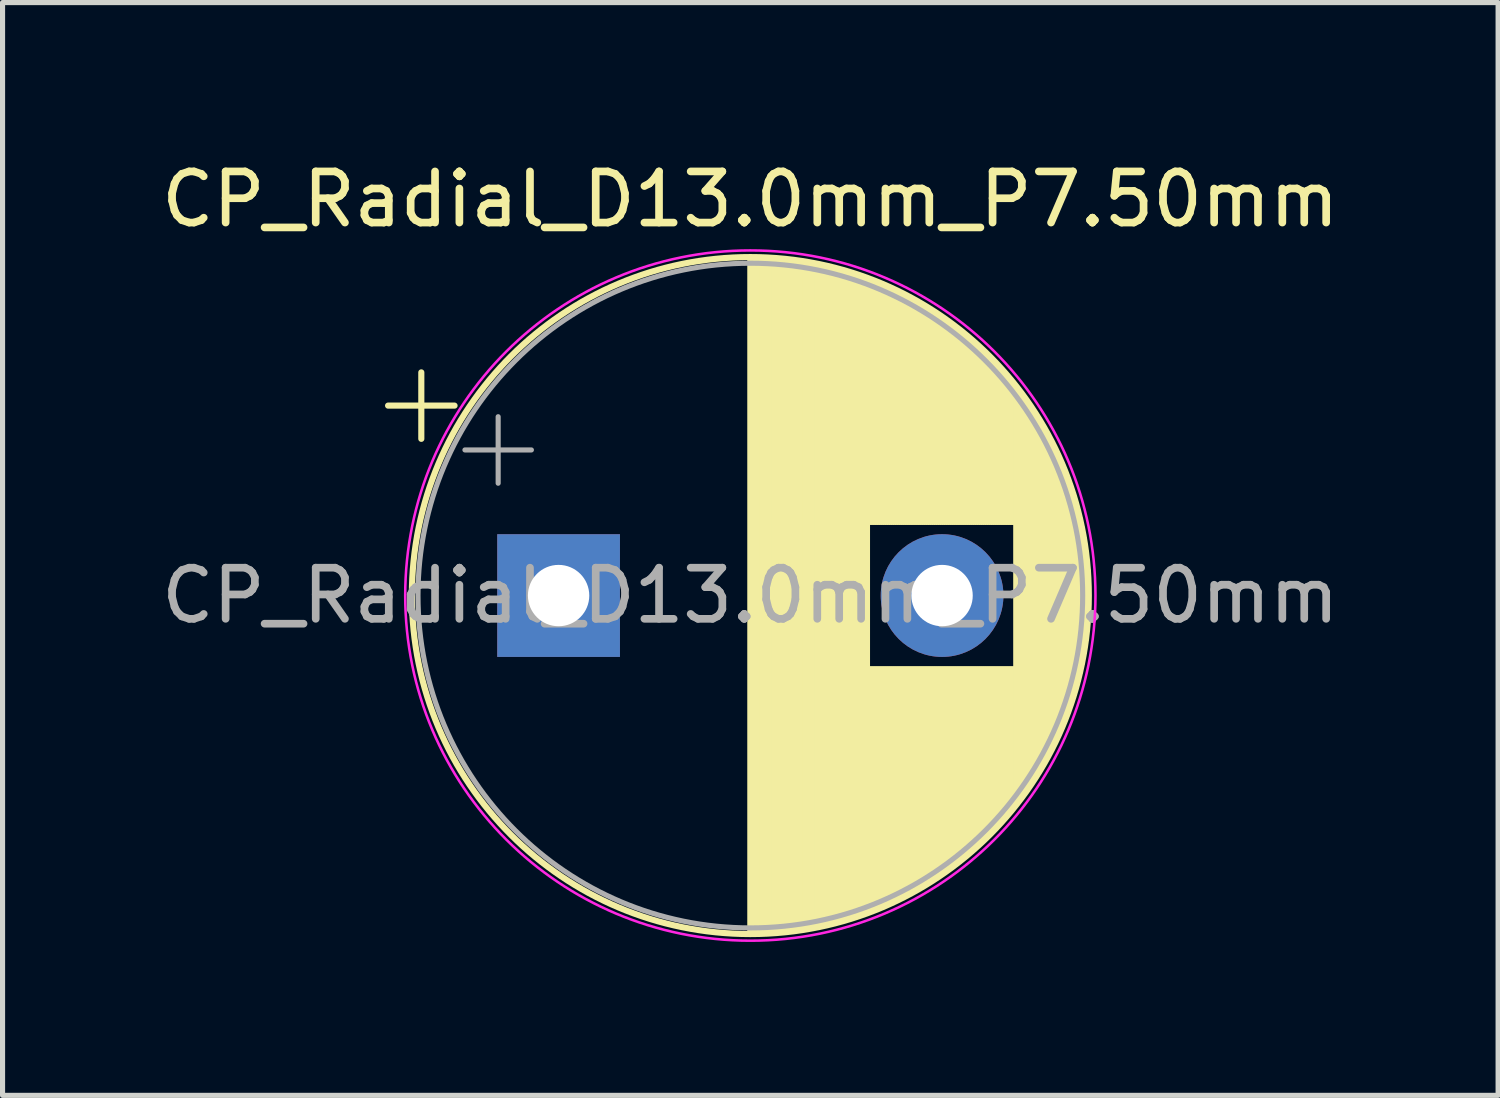
<source format=kicad_pcb>
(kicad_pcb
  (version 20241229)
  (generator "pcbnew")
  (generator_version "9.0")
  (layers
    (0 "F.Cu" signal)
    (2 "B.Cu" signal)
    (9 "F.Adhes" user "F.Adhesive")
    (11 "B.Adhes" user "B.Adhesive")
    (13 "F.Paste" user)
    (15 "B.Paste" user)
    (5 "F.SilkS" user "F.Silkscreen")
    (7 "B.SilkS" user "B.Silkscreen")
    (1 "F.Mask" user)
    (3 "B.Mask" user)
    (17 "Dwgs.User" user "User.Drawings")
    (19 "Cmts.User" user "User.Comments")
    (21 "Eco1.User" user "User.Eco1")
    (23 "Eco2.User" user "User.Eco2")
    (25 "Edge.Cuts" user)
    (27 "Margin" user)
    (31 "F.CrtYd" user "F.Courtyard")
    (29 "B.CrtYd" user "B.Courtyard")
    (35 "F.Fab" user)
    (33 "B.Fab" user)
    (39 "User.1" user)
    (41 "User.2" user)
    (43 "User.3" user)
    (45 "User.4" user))
  (footprint "CP_Radial_D13.0mm_P7.50mm"
    (layer "F.Cu")
    (at 7.875 8.598)
    (property "Reference" "CP_Radial_D13.0mm_P7.50mm" (at 3.75 -7.75 0) (layer "F.SilkS") (effects (font (size 1 1) (thickness 0.15))))
    (attr through_hole)
    (fp_line (start -3.335 -3.715) (end -2.035 -3.715) (stroke (width 0.12) (type solid)) (layer "F.SilkS"))
    (fp_line (start -2.685 -4.365) (end -2.685 -3.065) (stroke (width 0.12) (type solid)) (layer "F.SilkS"))
    (fp_line (start 3.75 -6.58) (end 3.75 6.58) (stroke (width 0.12) (type solid)) (layer "F.SilkS"))
    (fp_line (start 3.79 -6.58) (end 3.79 6.58) (stroke (width 0.12) (type solid)) (layer "F.SilkS"))
    (fp_line (start 3.83 -6.58) (end 3.83 6.58) (stroke (width 0.12) (type solid)) (layer "F.SilkS"))
    (fp_line (start 3.87 -6.579) (end 3.87 6.579) (stroke (width 0.12) (type solid)) (layer "F.SilkS"))
    (fp_line (start 3.91 -6.579) (end 3.91 6.579) (stroke (width 0.12) (type solid)) (layer "F.SilkS"))
    (fp_line (start 3.95 -6.577) (end 3.95 6.577) (stroke (width 0.12) (type solid)) (layer "F.SilkS"))
    (fp_line (start 3.99 -6.576) (end 3.99 6.576) (stroke (width 0.12) (type solid)) (layer "F.SilkS"))
    (fp_line (start 4.03 -6.575) (end 4.03 6.575) (stroke (width 0.12) (type solid)) (layer "F.SilkS"))
    (fp_line (start 4.07 -6.573) (end 4.07 6.573) (stroke (width 0.12) (type solid)) (layer "F.SilkS"))
    (fp_line (start 4.11 -6.571) (end 4.11 6.571) (stroke (width 0.12) (type solid)) (layer "F.SilkS"))
    (fp_line (start 4.15 -6.568) (end 4.15 6.568) (stroke (width 0.12) (type solid)) (layer "F.SilkS"))
    (fp_line (start 4.19 -6.566) (end 4.19 6.566) (stroke (width 0.12) (type solid)) (layer "F.SilkS"))
    (fp_line (start 4.23 -6.563) (end 4.23 6.563) (stroke (width 0.12) (type solid)) (layer "F.SilkS"))
    (fp_line (start 4.27 -6.56) (end 4.27 6.56) (stroke (width 0.12) (type solid)) (layer "F.SilkS"))
    (fp_line (start 4.31 -6.557) (end 4.31 6.557) (stroke (width 0.12) (type solid)) (layer "F.SilkS"))
    (fp_line (start 4.35 -6.553) (end 4.35 6.553) (stroke (width 0.12) (type solid)) (layer "F.SilkS"))
    (fp_line (start 4.39 -6.549) (end 4.39 6.549) (stroke (width 0.12) (type solid)) (layer "F.SilkS"))
    (fp_line (start 4.43 -6.545) (end 4.43 6.545) (stroke (width 0.12) (type solid)) (layer "F.SilkS"))
    (fp_line (start 4.471 -6.541) (end 4.471 6.541) (stroke (width 0.12) (type solid)) (layer "F.SilkS"))
    (fp_line (start 4.511 -6.537) (end 4.511 6.537) (stroke (width 0.12) (type solid)) (layer "F.SilkS"))
    (fp_line (start 4.551 -6.532) (end 4.551 6.532) (stroke (width 0.12) (type solid)) (layer "F.SilkS"))
    (fp_line (start 4.591 -6.527) (end 4.591 6.527) (stroke (width 0.12) (type solid)) (layer "F.SilkS"))
    (fp_line (start 4.631 -6.522) (end 4.631 6.522) (stroke (width 0.12) (type solid)) (layer "F.SilkS"))
    (fp_line (start 4.671 -6.516) (end 4.671 6.516) (stroke (width 0.12) (type solid)) (layer "F.SilkS"))
    (fp_line (start 4.711 -6.511) (end 4.711 6.511) (stroke (width 0.12) (type solid)) (layer "F.SilkS"))
    (fp_line (start 4.751 -6.505) (end 4.751 6.505) (stroke (width 0.12) (type solid)) (layer "F.SilkS"))
    (fp_line (start 4.791 -6.498) (end 4.791 6.498) (stroke (width 0.12) (type solid)) (layer "F.SilkS"))
    (fp_line (start 4.831 -6.492) (end 4.831 6.492) (stroke (width 0.12) (type solid)) (layer "F.SilkS"))
    (fp_line (start 4.871 -6.485) (end 4.871 6.485) (stroke (width 0.12) (type solid)) (layer "F.SilkS"))
    (fp_line (start 4.911 -6.478) (end 4.911 6.478) (stroke (width 0.12) (type solid)) (layer "F.SilkS"))
    (fp_line (start 4.951 -6.471) (end 4.951 6.471) (stroke (width 0.12) (type solid)) (layer "F.SilkS"))
    (fp_line (start 4.991 -6.463) (end 4.991 6.463) (stroke (width 0.12) (type solid)) (layer "F.SilkS"))
    (fp_line (start 5.031 -6.456) (end 5.031 6.456) (stroke (width 0.12) (type solid)) (layer "F.SilkS"))
    (fp_line (start 5.071 -6.448) (end 5.071 6.448) (stroke (width 0.12) (type solid)) (layer "F.SilkS"))
    (fp_line (start 5.111 -6.439) (end 5.111 6.439) (stroke (width 0.12) (type solid)) (layer "F.SilkS"))
    (fp_line (start 5.151 -6.431) (end 5.151 6.431) (stroke (width 0.12) (type solid)) (layer "F.SilkS"))
    (fp_line (start 5.191 -6.422) (end 5.191 6.422) (stroke (width 0.12) (type solid)) (layer "F.SilkS"))
    (fp_line (start 5.231 -6.413) (end 5.231 6.413) (stroke (width 0.12) (type solid)) (layer "F.SilkS"))
    (fp_line (start 5.271 -6.404) (end 5.271 6.404) (stroke (width 0.12) (type solid)) (layer "F.SilkS"))
    (fp_line (start 5.311 -6.394) (end 5.311 6.394) (stroke (width 0.12) (type solid)) (layer "F.SilkS"))
    (fp_line (start 5.351 -6.384) (end 5.351 6.384) (stroke (width 0.12) (type solid)) (layer "F.SilkS"))
    (fp_line (start 5.391 -6.374) (end 5.391 6.374) (stroke (width 0.12) (type solid)) (layer "F.SilkS"))
    (fp_line (start 5.431 -6.364) (end 5.431 6.364) (stroke (width 0.12) (type solid)) (layer "F.SilkS"))
    (fp_line (start 5.471 -6.353) (end 5.471 6.353) (stroke (width 0.12) (type solid)) (layer "F.SilkS"))
    (fp_line (start 5.511 -6.342) (end 5.511 6.342) (stroke (width 0.12) (type solid)) (layer "F.SilkS"))
    (fp_line (start 5.551 -6.331) (end 5.551 6.331) (stroke (width 0.12) (type solid)) (layer "F.SilkS"))
    (fp_line (start 5.591 -6.32) (end 5.591 6.32) (stroke (width 0.12) (type solid)) (layer "F.SilkS"))
    (fp_line (start 5.631 -6.308) (end 5.631 6.308) (stroke (width 0.12) (type solid)) (layer "F.SilkS"))
    (fp_line (start 5.671 -6.296) (end 5.671 6.296) (stroke (width 0.12) (type solid)) (layer "F.SilkS"))
    (fp_line (start 5.711 -6.284) (end 5.711 6.284) (stroke (width 0.12) (type solid)) (layer "F.SilkS"))
    (fp_line (start 5.751 -6.271) (end 5.751 6.271) (stroke (width 0.12) (type solid)) (layer "F.SilkS"))
    (fp_line (start 5.791 -6.258) (end 5.791 6.258) (stroke (width 0.12) (type solid)) (layer "F.SilkS"))
    (fp_line (start 5.831 -6.245) (end 5.831 6.245) (stroke (width 0.12) (type solid)) (layer "F.SilkS"))
    (fp_line (start 5.871 -6.232) (end 5.871 6.232) (stroke (width 0.12) (type solid)) (layer "F.SilkS"))
    (fp_line (start 5.911 -6.218) (end 5.911 6.218) (stroke (width 0.12) (type solid)) (layer "F.SilkS"))
    (fp_line (start 5.951 -6.204) (end 5.951 6.204) (stroke (width 0.12) (type solid)) (layer "F.SilkS"))
    (fp_line (start 5.991 -6.19) (end 5.991 6.19) (stroke (width 0.12) (type solid)) (layer "F.SilkS"))
    (fp_line (start 6.031 -6.175) (end 6.031 6.175) (stroke (width 0.12) (type solid)) (layer "F.SilkS"))
    (fp_line (start 6.071 -6.161) (end 6.071 -1.44) (stroke (width 0.12) (type solid)) (layer "F.SilkS"))
    (fp_line (start 6.071 1.44) (end 6.071 6.161) (stroke (width 0.12) (type solid)) (layer "F.SilkS"))
    (fp_line (start 6.111 -6.146) (end 6.111 -1.44) (stroke (width 0.12) (type solid)) (layer "F.SilkS"))
    (fp_line (start 6.111 1.44) (end 6.111 6.146) (stroke (width 0.12) (type solid)) (layer "F.SilkS"))
    (fp_line (start 6.151 -6.13) (end 6.151 -1.44) (stroke (width 0.12) (type solid)) (layer "F.SilkS"))
    (fp_line (start 6.151 1.44) (end 6.151 6.13) (stroke (width 0.12) (type solid)) (layer "F.SilkS"))
    (fp_line (start 6.191 -6.114) (end 6.191 -1.44) (stroke (width 0.12) (type solid)) (layer "F.SilkS"))
    (fp_line (start 6.191 1.44) (end 6.191 6.114) (stroke (width 0.12) (type solid)) (layer "F.SilkS"))
    (fp_line (start 6.231 -6.098) (end 6.231 -1.44) (stroke (width 0.12) (type solid)) (layer "F.SilkS"))
    (fp_line (start 6.231 1.44) (end 6.231 6.098) (stroke (width 0.12) (type solid)) (layer "F.SilkS"))
    (fp_line (start 6.271 -6.082) (end 6.271 -1.44) (stroke (width 0.12) (type solid)) (layer "F.SilkS"))
    (fp_line (start 6.271 1.44) (end 6.271 6.082) (stroke (width 0.12) (type solid)) (layer "F.SilkS"))
    (fp_line (start 6.311 -6.065) (end 6.311 -1.44) (stroke (width 0.12) (type solid)) (layer "F.SilkS"))
    (fp_line (start 6.311 1.44) (end 6.311 6.065) (stroke (width 0.12) (type solid)) (layer "F.SilkS"))
    (fp_line (start 6.351 -6.049) (end 6.351 -1.44) (stroke (width 0.12) (type solid)) (layer "F.SilkS"))
    (fp_line (start 6.351 1.44) (end 6.351 6.049) (stroke (width 0.12) (type solid)) (layer "F.SilkS"))
    (fp_line (start 6.391 -6.031) (end 6.391 -1.44) (stroke (width 0.12) (type solid)) (layer "F.SilkS"))
    (fp_line (start 6.391 1.44) (end 6.391 6.031) (stroke (width 0.12) (type solid)) (layer "F.SilkS"))
    (fp_line (start 6.431 -6.014) (end 6.431 -1.44) (stroke (width 0.12) (type solid)) (layer "F.SilkS"))
    (fp_line (start 6.431 1.44) (end 6.431 6.014) (stroke (width 0.12) (type solid)) (layer "F.SilkS"))
    (fp_line (start 6.471 -5.996) (end 6.471 -1.44) (stroke (width 0.12) (type solid)) (layer "F.SilkS"))
    (fp_line (start 6.471 1.44) (end 6.471 5.996) (stroke (width 0.12) (type solid)) (layer "F.SilkS"))
    (fp_line (start 6.511 -5.978) (end 6.511 -1.44) (stroke (width 0.12) (type solid)) (layer "F.SilkS"))
    (fp_line (start 6.511 1.44) (end 6.511 5.978) (stroke (width 0.12) (type solid)) (layer "F.SilkS"))
    (fp_line (start 6.551 -5.959) (end 6.551 -1.44) (stroke (width 0.12) (type solid)) (layer "F.SilkS"))
    (fp_line (start 6.551 1.44) (end 6.551 5.959) (stroke (width 0.12) (type solid)) (layer "F.SilkS"))
    (fp_line (start 6.591 -5.94) (end 6.591 -1.44) (stroke (width 0.12) (type solid)) (layer "F.SilkS"))
    (fp_line (start 6.591 1.44) (end 6.591 5.94) (stroke (width 0.12) (type solid)) (layer "F.SilkS"))
    (fp_line (start 6.631 -5.921) (end 6.631 -1.44) (stroke (width 0.12) (type solid)) (layer "F.SilkS"))
    (fp_line (start 6.631 1.44) (end 6.631 5.921) (stroke (width 0.12) (type solid)) (layer "F.SilkS"))
    (fp_line (start 6.671 -5.902) (end 6.671 -1.44) (stroke (width 0.12) (type solid)) (layer "F.SilkS"))
    (fp_line (start 6.671 1.44) (end 6.671 5.902) (stroke (width 0.12) (type solid)) (layer "F.SilkS"))
    (fp_line (start 6.711 -5.882) (end 6.711 -1.44) (stroke (width 0.12) (type solid)) (layer "F.SilkS"))
    (fp_line (start 6.711 1.44) (end 6.711 5.882) (stroke (width 0.12) (type solid)) (layer "F.SilkS"))
    (fp_line (start 6.751 -5.862) (end 6.751 -1.44) (stroke (width 0.12) (type solid)) (layer "F.SilkS"))
    (fp_line (start 6.751 1.44) (end 6.751 5.862) (stroke (width 0.12) (type solid)) (layer "F.SilkS"))
    (fp_line (start 6.791 -5.841) (end 6.791 -1.44) (stroke (width 0.12) (type solid)) (layer "F.SilkS"))
    (fp_line (start 6.791 1.44) (end 6.791 5.841) (stroke (width 0.12) (type solid)) (layer "F.SilkS"))
    (fp_line (start 6.831 -5.82) (end 6.831 -1.44) (stroke (width 0.12) (type solid)) (layer "F.SilkS"))
    (fp_line (start 6.831 1.44) (end 6.831 5.82) (stroke (width 0.12) (type solid)) (layer "F.SilkS"))
    (fp_line (start 6.871 -5.799) (end 6.871 -1.44) (stroke (width 0.12) (type solid)) (layer "F.SilkS"))
    (fp_line (start 6.871 1.44) (end 6.871 5.799) (stroke (width 0.12) (type solid)) (layer "F.SilkS"))
    (fp_line (start 6.911 -5.778) (end 6.911 -1.44) (stroke (width 0.12) (type solid)) (layer "F.SilkS"))
    (fp_line (start 6.911 1.44) (end 6.911 5.778) (stroke (width 0.12) (type solid)) (layer "F.SilkS"))
    (fp_line (start 6.951 -5.756) (end 6.951 -1.44) (stroke (width 0.12) (type solid)) (layer "F.SilkS"))
    (fp_line (start 6.951 1.44) (end 6.951 5.756) (stroke (width 0.12) (type solid)) (layer "F.SilkS"))
    (fp_line (start 6.991 -5.733) (end 6.991 -1.44) (stroke (width 0.12) (type solid)) (layer "F.SilkS"))
    (fp_line (start 6.991 1.44) (end 6.991 5.733) (stroke (width 0.12) (type solid)) (layer "F.SilkS"))
    (fp_line (start 7.031 -5.711) (end 7.031 -1.44) (stroke (width 0.12) (type solid)) (layer "F.SilkS"))
    (fp_line (start 7.031 1.44) (end 7.031 5.711) (stroke (width 0.12) (type solid)) (layer "F.SilkS"))
    (fp_line (start 7.071 -5.688) (end 7.071 -1.44) (stroke (width 0.12) (type solid)) (layer "F.SilkS"))
    (fp_line (start 7.071 1.44) (end 7.071 5.688) (stroke (width 0.12) (type solid)) (layer "F.SilkS"))
    (fp_line (start 7.111 -5.664) (end 7.111 -1.44) (stroke (width 0.12) (type solid)) (layer "F.SilkS"))
    (fp_line (start 7.111 1.44) (end 7.111 5.664) (stroke (width 0.12) (type solid)) (layer "F.SilkS"))
    (fp_line (start 7.151 -5.641) (end 7.151 -1.44) (stroke (width 0.12) (type solid)) (layer "F.SilkS"))
    (fp_line (start 7.151 1.44) (end 7.151 5.641) (stroke (width 0.12) (type solid)) (layer "F.SilkS"))
    (fp_line (start 7.191 -5.617) (end 7.191 -1.44) (stroke (width 0.12) (type solid)) (layer "F.SilkS"))
    (fp_line (start 7.191 1.44) (end 7.191 5.617) (stroke (width 0.12) (type solid)) (layer "F.SilkS"))
    (fp_line (start 7.231 -5.592) (end 7.231 -1.44) (stroke (width 0.12) (type solid)) (layer "F.SilkS"))
    (fp_line (start 7.231 1.44) (end 7.231 5.592) (stroke (width 0.12) (type solid)) (layer "F.SilkS"))
    (fp_line (start 7.271 -5.567) (end 7.271 -1.44) (stroke (width 0.12) (type solid)) (layer "F.SilkS"))
    (fp_line (start 7.271 1.44) (end 7.271 5.567) (stroke (width 0.12) (type solid)) (layer "F.SilkS"))
    (fp_line (start 7.311 -5.542) (end 7.311 -1.44) (stroke (width 0.12) (type solid)) (layer "F.SilkS"))
    (fp_line (start 7.311 1.44) (end 7.311 5.542) (stroke (width 0.12) (type solid)) (layer "F.SilkS"))
    (fp_line (start 7.351 -5.516) (end 7.351 -1.44) (stroke (width 0.12) (type solid)) (layer "F.SilkS"))
    (fp_line (start 7.351 1.44) (end 7.351 5.516) (stroke (width 0.12) (type solid)) (layer "F.SilkS"))
    (fp_line (start 7.391 -5.49) (end 7.391 -1.44) (stroke (width 0.12) (type solid)) (layer "F.SilkS"))
    (fp_line (start 7.391 1.44) (end 7.391 5.49) (stroke (width 0.12) (type solid)) (layer "F.SilkS"))
    (fp_line (start 7.431 -5.463) (end 7.431 -1.44) (stroke (width 0.12) (type solid)) (layer "F.SilkS"))
    (fp_line (start 7.431 1.44) (end 7.431 5.463) (stroke (width 0.12) (type solid)) (layer "F.SilkS"))
    (fp_line (start 7.471 -5.436) (end 7.471 -1.44) (stroke (width 0.12) (type solid)) (layer "F.SilkS"))
    (fp_line (start 7.471 1.44) (end 7.471 5.436) (stroke (width 0.12) (type solid)) (layer "F.SilkS"))
    (fp_line (start 7.511 -5.409) (end 7.511 -1.44) (stroke (width 0.12) (type solid)) (layer "F.SilkS"))
    (fp_line (start 7.511 1.44) (end 7.511 5.409) (stroke (width 0.12) (type solid)) (layer "F.SilkS"))
    (fp_line (start 7.551 -5.381) (end 7.551 -1.44) (stroke (width 0.12) (type solid)) (layer "F.SilkS"))
    (fp_line (start 7.551 1.44) (end 7.551 5.381) (stroke (width 0.12) (type solid)) (layer "F.SilkS"))
    (fp_line (start 7.591 -5.353) (end 7.591 -1.44) (stroke (width 0.12) (type solid)) (layer "F.SilkS"))
    (fp_line (start 7.591 1.44) (end 7.591 5.353) (stroke (width 0.12) (type solid)) (layer "F.SilkS"))
    (fp_line (start 7.631 -5.324) (end 7.631 -1.44) (stroke (width 0.12) (type solid)) (layer "F.SilkS"))
    (fp_line (start 7.631 1.44) (end 7.631 5.324) (stroke (width 0.12) (type solid)) (layer "F.SilkS"))
    (fp_line (start 7.671 -5.295) (end 7.671 -1.44) (stroke (width 0.12) (type solid)) (layer "F.SilkS"))
    (fp_line (start 7.671 1.44) (end 7.671 5.295) (stroke (width 0.12) (type solid)) (layer "F.SilkS"))
    (fp_line (start 7.711 -5.265) (end 7.711 -1.44) (stroke (width 0.12) (type solid)) (layer "F.SilkS"))
    (fp_line (start 7.711 1.44) (end 7.711 5.265) (stroke (width 0.12) (type solid)) (layer "F.SilkS"))
    (fp_line (start 7.751 -5.235) (end 7.751 -1.44) (stroke (width 0.12) (type solid)) (layer "F.SilkS"))
    (fp_line (start 7.751 1.44) (end 7.751 5.235) (stroke (width 0.12) (type solid)) (layer "F.SilkS"))
    (fp_line (start 7.791 -5.205) (end 7.791 -1.44) (stroke (width 0.12) (type solid)) (layer "F.SilkS"))
    (fp_line (start 7.791 1.44) (end 7.791 5.205) (stroke (width 0.12) (type solid)) (layer "F.SilkS"))
    (fp_line (start 7.831 -5.174) (end 7.831 -1.44) (stroke (width 0.12) (type solid)) (layer "F.SilkS"))
    (fp_line (start 7.831 1.44) (end 7.831 5.174) (stroke (width 0.12) (type solid)) (layer "F.SilkS"))
    (fp_line (start 7.871 -5.142) (end 7.871 -1.44) (stroke (width 0.12) (type solid)) (layer "F.SilkS"))
    (fp_line (start 7.871 1.44) (end 7.871 5.142) (stroke (width 0.12) (type solid)) (layer "F.SilkS"))
    (fp_line (start 7.911 -5.11) (end 7.911 -1.44) (stroke (width 0.12) (type solid)) (layer "F.SilkS"))
    (fp_line (start 7.911 1.44) (end 7.911 5.11) (stroke (width 0.12) (type solid)) (layer "F.SilkS"))
    (fp_line (start 7.951 -5.078) (end 7.951 -1.44) (stroke (width 0.12) (type solid)) (layer "F.SilkS"))
    (fp_line (start 7.951 1.44) (end 7.951 5.078) (stroke (width 0.12) (type solid)) (layer "F.SilkS"))
    (fp_line (start 7.991 -5.044) (end 7.991 -1.44) (stroke (width 0.12) (type solid)) (layer "F.SilkS"))
    (fp_line (start 7.991 1.44) (end 7.991 5.044) (stroke (width 0.12) (type solid)) (layer "F.SilkS"))
    (fp_line (start 8.031 -5.011) (end 8.031 -1.44) (stroke (width 0.12) (type solid)) (layer "F.SilkS"))
    (fp_line (start 8.031 1.44) (end 8.031 5.011) (stroke (width 0.12) (type solid)) (layer "F.SilkS"))
    (fp_line (start 8.071 -4.977) (end 8.071 -1.44) (stroke (width 0.12) (type solid)) (layer "F.SilkS"))
    (fp_line (start 8.071 1.44) (end 8.071 4.977) (stroke (width 0.12) (type solid)) (layer "F.SilkS"))
    (fp_line (start 8.111 -4.942) (end 8.111 -1.44) (stroke (width 0.12) (type solid)) (layer "F.SilkS"))
    (fp_line (start 8.111 1.44) (end 8.111 4.942) (stroke (width 0.12) (type solid)) (layer "F.SilkS"))
    (fp_line (start 8.151 -4.907) (end 8.151 -1.44) (stroke (width 0.12) (type solid)) (layer "F.SilkS"))
    (fp_line (start 8.151 1.44) (end 8.151 4.907) (stroke (width 0.12) (type solid)) (layer "F.SilkS"))
    (fp_line (start 8.191 -4.871) (end 8.191 -1.44) (stroke (width 0.12) (type solid)) (layer "F.SilkS"))
    (fp_line (start 8.191 1.44) (end 8.191 4.871) (stroke (width 0.12) (type solid)) (layer "F.SilkS"))
    (fp_line (start 8.231 -4.834) (end 8.231 -1.44) (stroke (width 0.12) (type solid)) (layer "F.SilkS"))
    (fp_line (start 8.231 1.44) (end 8.231 4.834) (stroke (width 0.12) (type solid)) (layer "F.SilkS"))
    (fp_line (start 8.271 -4.797) (end 8.271 -1.44) (stroke (width 0.12) (type solid)) (layer "F.SilkS"))
    (fp_line (start 8.271 1.44) (end 8.271 4.797) (stroke (width 0.12) (type solid)) (layer "F.SilkS"))
    (fp_line (start 8.311 -4.76) (end 8.311 -1.44) (stroke (width 0.12) (type solid)) (layer "F.SilkS"))
    (fp_line (start 8.311 1.44) (end 8.311 4.76) (stroke (width 0.12) (type solid)) (layer "F.SilkS"))
    (fp_line (start 8.351 -4.721) (end 8.351 -1.44) (stroke (width 0.12) (type solid)) (layer "F.SilkS"))
    (fp_line (start 8.351 1.44) (end 8.351 4.721) (stroke (width 0.12) (type solid)) (layer "F.SilkS"))
    (fp_line (start 8.391 -4.682) (end 8.391 -1.44) (stroke (width 0.12) (type solid)) (layer "F.SilkS"))
    (fp_line (start 8.391 1.44) (end 8.391 4.682) (stroke (width 0.12) (type solid)) (layer "F.SilkS"))
    (fp_line (start 8.431 -4.643) (end 8.431 -1.44) (stroke (width 0.12) (type solid)) (layer "F.SilkS"))
    (fp_line (start 8.431 1.44) (end 8.431 4.643) (stroke (width 0.12) (type solid)) (layer "F.SilkS"))
    (fp_line (start 8.471 -4.602) (end 8.471 -1.44) (stroke (width 0.12) (type solid)) (layer "F.SilkS"))
    (fp_line (start 8.471 1.44) (end 8.471 4.602) (stroke (width 0.12) (type solid)) (layer "F.SilkS"))
    (fp_line (start 8.511 -4.561) (end 8.511 -1.44) (stroke (width 0.12) (type solid)) (layer "F.SilkS"))
    (fp_line (start 8.511 1.44) (end 8.511 4.561) (stroke (width 0.12) (type solid)) (layer "F.SilkS"))
    (fp_line (start 8.551 -4.519) (end 8.551 -1.44) (stroke (width 0.12) (type solid)) (layer "F.SilkS"))
    (fp_line (start 8.551 1.44) (end 8.551 4.519) (stroke (width 0.12) (type solid)) (layer "F.SilkS"))
    (fp_line (start 8.591 -4.477) (end 8.591 -1.44) (stroke (width 0.12) (type solid)) (layer "F.SilkS"))
    (fp_line (start 8.591 1.44) (end 8.591 4.477) (stroke (width 0.12) (type solid)) (layer "F.SilkS"))
    (fp_line (start 8.631 -4.434) (end 8.631 -1.44) (stroke (width 0.12) (type solid)) (layer "F.SilkS"))
    (fp_line (start 8.631 1.44) (end 8.631 4.434) (stroke (width 0.12) (type solid)) (layer "F.SilkS"))
    (fp_line (start 8.671 -4.39) (end 8.671 -1.44) (stroke (width 0.12) (type solid)) (layer "F.SilkS"))
    (fp_line (start 8.671 1.44) (end 8.671 4.39) (stroke (width 0.12) (type solid)) (layer "F.SilkS"))
    (fp_line (start 8.711 -4.345) (end 8.711 -1.44) (stroke (width 0.12) (type solid)) (layer "F.SilkS"))
    (fp_line (start 8.711 1.44) (end 8.711 4.345) (stroke (width 0.12) (type solid)) (layer "F.SilkS"))
    (fp_line (start 8.751 -4.299) (end 8.751 -1.44) (stroke (width 0.12) (type solid)) (layer "F.SilkS"))
    (fp_line (start 8.751 1.44) (end 8.751 4.299) (stroke (width 0.12) (type solid)) (layer "F.SilkS"))
    (fp_line (start 8.791 -4.253) (end 8.791 -1.44) (stroke (width 0.12) (type solid)) (layer "F.SilkS"))
    (fp_line (start 8.791 1.44) (end 8.791 4.253) (stroke (width 0.12) (type solid)) (layer "F.SilkS"))
    (fp_line (start 8.831 -4.205) (end 8.831 -1.44) (stroke (width 0.12) (type solid)) (layer "F.SilkS"))
    (fp_line (start 8.831 1.44) (end 8.831 4.205) (stroke (width 0.12) (type solid)) (layer "F.SilkS"))
    (fp_line (start 8.871 -4.157) (end 8.871 -1.44) (stroke (width 0.12) (type solid)) (layer "F.SilkS"))
    (fp_line (start 8.871 1.44) (end 8.871 4.157) (stroke (width 0.12) (type solid)) (layer "F.SilkS"))
    (fp_line (start 8.911 -4.108) (end 8.911 -1.44) (stroke (width 0.12) (type solid)) (layer "F.SilkS"))
    (fp_line (start 8.911 1.44) (end 8.911 4.108) (stroke (width 0.12) (type solid)) (layer "F.SilkS"))
    (fp_line (start 8.951 -4.057) (end 8.951 4.057) (stroke (width 0.12) (type solid)) (layer "F.SilkS"))
    (fp_line (start 8.991 -4.006) (end 8.991 4.006) (stroke (width 0.12) (type solid)) (layer "F.SilkS"))
    (fp_line (start 9.031 -3.954) (end 9.031 3.954) (stroke (width 0.12) (type solid)) (layer "F.SilkS"))
    (fp_line (start 9.071 -3.9) (end 9.071 3.9) (stroke (width 0.12) (type solid)) (layer "F.SilkS"))
    (fp_line (start 9.111 -3.846) (end 9.111 3.846) (stroke (width 0.12) (type solid)) (layer "F.SilkS"))
    (fp_line (start 9.151 -3.79) (end 9.151 3.79) (stroke (width 0.12) (type solid)) (layer "F.SilkS"))
    (fp_line (start 9.191 -3.733) (end 9.191 3.733) (stroke (width 0.12) (type solid)) (layer "F.SilkS"))
    (fp_line (start 9.231 -3.675) (end 9.231 3.675) (stroke (width 0.12) (type solid)) (layer "F.SilkS"))
    (fp_line (start 9.271 -3.615) (end 9.271 3.615) (stroke (width 0.12) (type solid)) (layer "F.SilkS"))
    (fp_line (start 9.311 -3.554) (end 9.311 3.554) (stroke (width 0.12) (type solid)) (layer "F.SilkS"))
    (fp_line (start 9.351 -3.491) (end 9.351 3.491) (stroke (width 0.12) (type solid)) (layer "F.SilkS"))
    (fp_line (start 9.391 -3.427) (end 9.391 3.427) (stroke (width 0.12) (type solid)) (layer "F.SilkS"))
    (fp_line (start 9.431 -3.361) (end 9.431 3.361) (stroke (width 0.12) (type solid)) (layer "F.SilkS"))
    (fp_line (start 9.471 -3.293) (end 9.471 3.293) (stroke (width 0.12) (type solid)) (layer "F.SilkS"))
    (fp_line (start 9.511 -3.223) (end 9.511 3.223) (stroke (width 0.12) (type solid)) (layer "F.SilkS"))
    (fp_line (start 9.551 -3.152) (end 9.551 3.152) (stroke (width 0.12) (type solid)) (layer "F.SilkS"))
    (fp_line (start 9.591 -3.078) (end 9.591 3.078) (stroke (width 0.12) (type solid)) (layer "F.SilkS"))
    (fp_line (start 9.631 -3.002) (end 9.631 3.002) (stroke (width 0.12) (type solid)) (layer "F.SilkS"))
    (fp_line (start 9.671 -2.923) (end 9.671 2.923) (stroke (width 0.12) (type solid)) (layer "F.SilkS"))
    (fp_line (start 9.711 -2.842) (end 9.711 2.842) (stroke (width 0.12) (type solid)) (layer "F.SilkS"))
    (fp_line (start 9.751 -2.758) (end 9.751 2.758) (stroke (width 0.12) (type solid)) (layer "F.SilkS"))
    (fp_line (start 9.791 -2.67) (end 9.791 2.67) (stroke (width 0.12) (type solid)) (layer "F.SilkS"))
    (fp_line (start 9.831 -2.579) (end 9.831 2.579) (stroke (width 0.12) (type solid)) (layer "F.SilkS"))
    (fp_line (start 9.871 -2.484) (end 9.871 2.484) (stroke (width 0.12) (type solid)) (layer "F.SilkS"))
    (fp_line (start 9.911 -2.385) (end 9.911 2.385) (stroke (width 0.12) (type solid)) (layer "F.SilkS"))
    (fp_line (start 9.951 -2.281) (end 9.951 2.281) (stroke (width 0.12) (type solid)) (layer "F.SilkS"))
    (fp_line (start 9.991 -2.171) (end 9.991 2.171) (stroke (width 0.12) (type solid)) (layer "F.SilkS"))
    (fp_line (start 10.031 -2.055) (end 10.031 2.055) (stroke (width 0.12) (type solid)) (layer "F.SilkS"))
    (fp_line (start 10.071 -1.931) (end 10.071 1.931) (stroke (width 0.12) (type solid)) (layer "F.SilkS"))
    (fp_line (start 10.111 -1.798) (end 10.111 1.798) (stroke (width 0.12) (type solid)) (layer "F.SilkS"))
    (fp_line (start 10.151 -1.653) (end 10.151 1.653) (stroke (width 0.12) (type solid)) (layer "F.SilkS"))
    (fp_line (start 10.191 -1.494) (end 10.191 1.494) (stroke (width 0.12) (type solid)) (layer "F.SilkS"))
    (fp_line (start 10.231 -1.315) (end 10.231 1.315) (stroke (width 0.12) (type solid)) (layer "F.SilkS"))
    (fp_line (start 10.271 -1.107) (end 10.271 1.107) (stroke (width 0.12) (type solid)) (layer "F.SilkS"))
    (fp_line (start 10.311 -0.85) (end 10.311 0.85) (stroke (width 0.12) (type solid)) (layer "F.SilkS"))
    (fp_line (start 10.351 -0.475) (end 10.351 0.475) (stroke (width 0.12) (type solid)) (layer "F.SilkS"))
    (fp_circle (center 3.75 0) (end 10.37 0) (stroke (width 0.12) (type solid)) (fill no) (layer "F.SilkS"))
    (fp_circle (center 3.75 0) (end 10.5 0) (stroke (width 0.05) (type solid)) (fill no) (layer "F.CrtYd"))
    (fp_line (start -1.832 -2.848) (end -0.532 -2.848) (stroke (width 0.1) (type solid)) (layer "F.Fab"))
    (fp_line (start -1.182 -3.498) (end -1.182 -2.197) (stroke (width 0.1) (type solid)) (layer "F.Fab"))
    (fp_circle (center 3.75 0) (end 10.25 0) (stroke (width 0.1) (type solid)) (fill no) (layer "F.Fab"))
    (fp_text user "${REFERENCE}" (at 3.75 0 0) (layer "F.Fab") (effects (font (size 1 1) (thickness 0.15))))
    (pad "1" thru_hole rect (at 0 0) (size 2.4 2.4) (drill 1.2) (layers "*.Cu" "*.Mask"))
    (pad "2" thru_hole circle (at 7.5 0) (size 2.4 2.4) (drill 1.2) (layers "*.Cu" "*.Mask")))
  (gr_rect
    (start -3 -3)
    (end 26.25 18.373)
    (stroke (width 0.1) (type default))
    (fill no)
    (layer "Edge.Cuts")))
</source>
